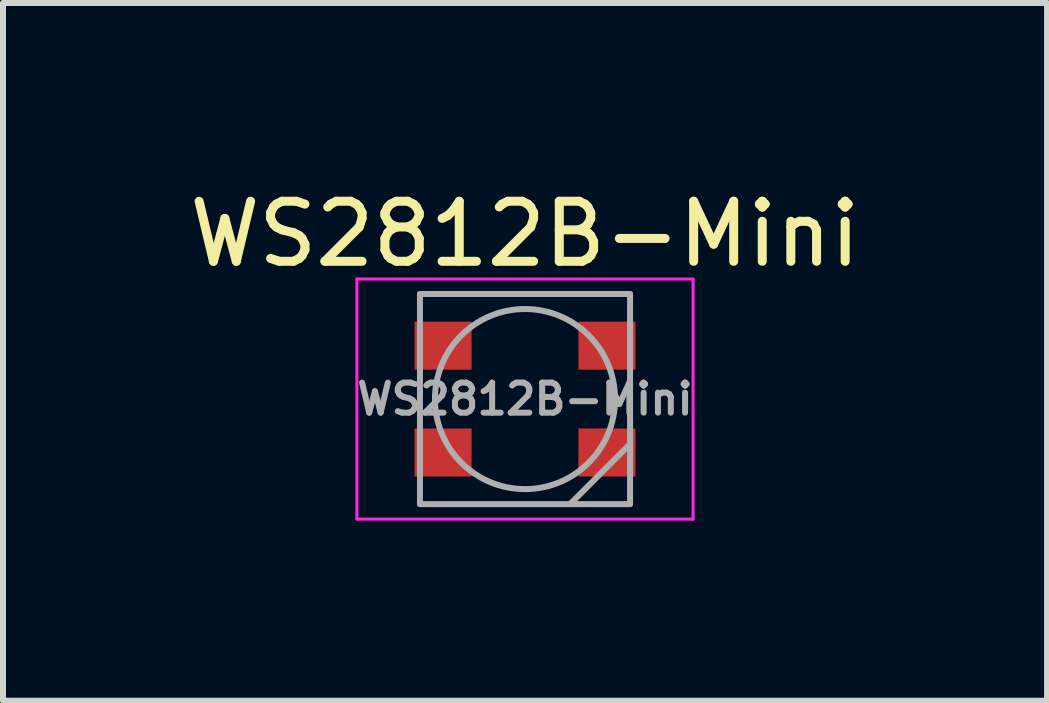
<source format=kicad_pcb>
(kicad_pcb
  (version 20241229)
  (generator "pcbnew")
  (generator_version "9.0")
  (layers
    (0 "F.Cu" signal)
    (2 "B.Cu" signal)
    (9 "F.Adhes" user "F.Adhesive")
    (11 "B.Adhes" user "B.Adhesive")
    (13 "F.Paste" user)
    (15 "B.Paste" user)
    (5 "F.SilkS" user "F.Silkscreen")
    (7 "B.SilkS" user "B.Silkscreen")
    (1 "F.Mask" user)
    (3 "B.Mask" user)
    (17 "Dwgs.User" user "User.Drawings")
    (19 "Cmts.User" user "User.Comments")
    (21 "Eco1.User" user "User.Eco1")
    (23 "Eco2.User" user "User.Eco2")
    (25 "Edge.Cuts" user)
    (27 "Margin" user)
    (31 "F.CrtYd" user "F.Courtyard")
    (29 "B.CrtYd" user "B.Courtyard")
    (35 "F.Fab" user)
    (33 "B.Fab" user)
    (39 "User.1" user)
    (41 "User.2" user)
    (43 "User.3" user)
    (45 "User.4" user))
  (footprint "WS2812B-Mini"
    (layer "F.Cu")
    (at 5.696 3.598)
    (property "Reference" "WS2812B-Mini" (at 0 -2.75 0) (layer "F.SilkS") (effects (font (size 1 1) (thickness 0.15))))
    (attr smd)
    (fp_line (start -2.8 -2) (end -2.8 2) (stroke (width 0.05) (type solid)) (layer "F.CrtYd"))
    (fp_line (start -2.8 2) (end 2.8 2) (stroke (width 0.05) (type solid)) (layer "F.CrtYd"))
    (fp_line (start 2.8 -2) (end -2.8 -2) (stroke (width 0.05) (type solid)) (layer "F.CrtYd"))
    (fp_line (start 2.8 2) (end 2.8 -2) (stroke (width 0.05) (type solid)) (layer "F.CrtYd"))
    (fp_line (start -1.75 -1.75) (end -1.75 1.75) (stroke (width 0.1) (type solid)) (layer "F.Fab"))
    (fp_line (start -1.75 1.75) (end 1.75 1.75) (stroke (width 0.1) (type solid)) (layer "F.Fab"))
    (fp_line (start 1.75 -1.75) (end -1.75 -1.75) (stroke (width 0.1) (type solid)) (layer "F.Fab"))
    (fp_line (start 1.75 0.75) (end 0.75 1.75) (stroke (width 0.1) (type solid)) (layer "F.Fab"))
    (fp_line (start 1.75 1.75) (end 1.75 -1.75) (stroke (width 0.1) (type solid)) (layer "F.Fab"))
    (fp_circle (center 0 0) (end 0 -1.5) (stroke (width 0.1) (type solid)) (fill no) (layer "F.Fab"))
    (fp_text user "${REFERENCE}" (at 0 0 0) (layer "F.Fab") (effects (font (size 0.5 0.5) (thickness 0.1))))
    (pad "1" smd rect (at -1.365 -0.89) (size 0.95 0.8) (layers "F.Cu" "F.Mask" "F.Paste"))
    (pad "2" smd rect (at -1.365 0.89) (size 0.95 0.8) (layers "F.Cu" "F.Mask" "F.Paste"))
    (pad "3" smd rect (at 1.365 0.89) (size 0.95 0.8) (layers "F.Cu" "F.Mask" "F.Paste"))
    (pad "4" smd rect (at 1.365 -0.89) (size 0.95 0.8) (layers "F.Cu" "F.Mask" "F.Paste")))
  (gr_rect
    (start -3 -3)
    (end 14.393 8.623)
    (stroke (width 0.1) (type default))
    (fill no)
    (layer "Edge.Cuts")))
</source>
